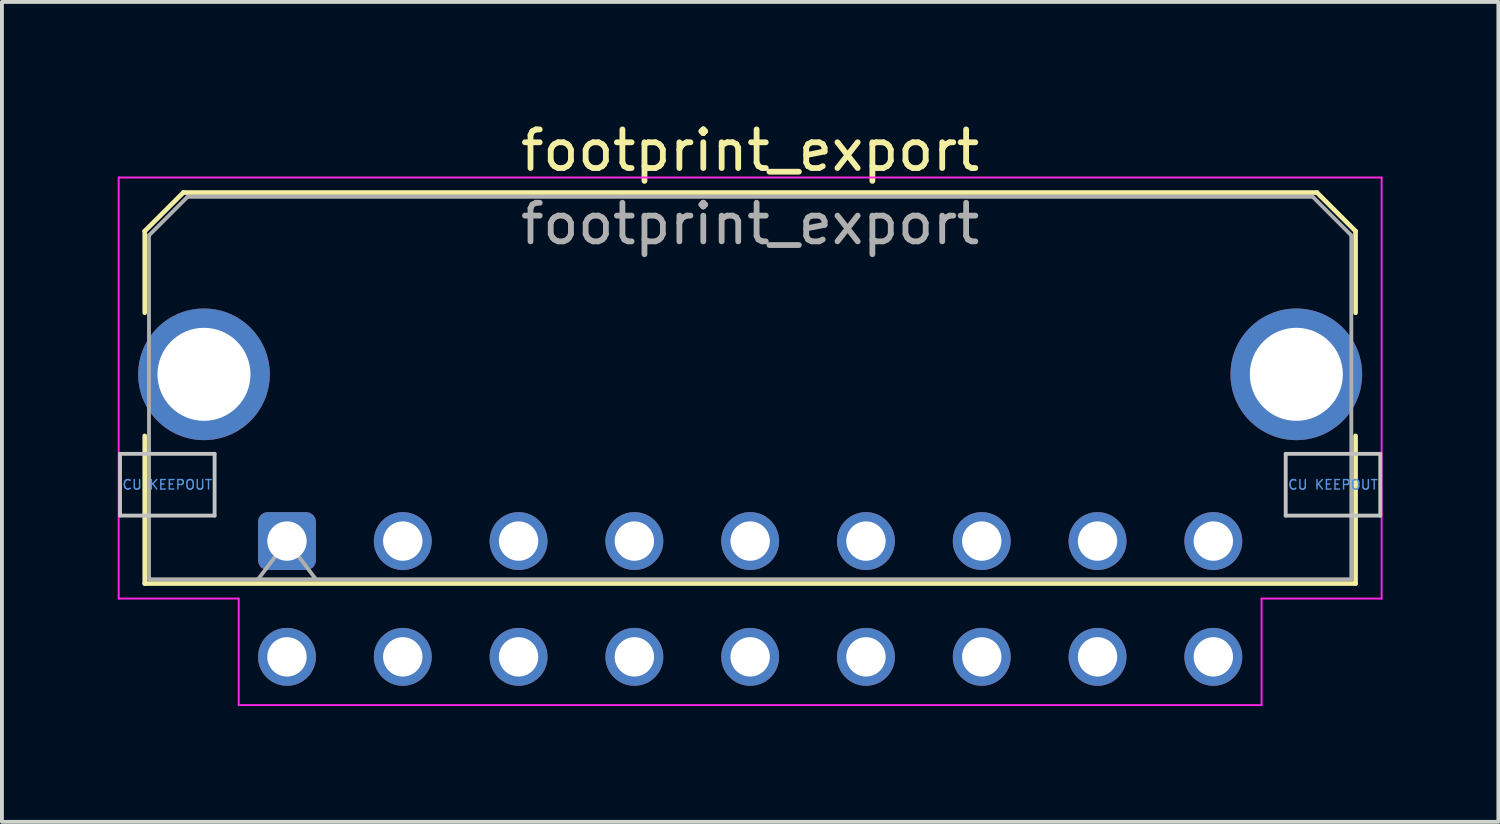
<source format=kicad_pcb>
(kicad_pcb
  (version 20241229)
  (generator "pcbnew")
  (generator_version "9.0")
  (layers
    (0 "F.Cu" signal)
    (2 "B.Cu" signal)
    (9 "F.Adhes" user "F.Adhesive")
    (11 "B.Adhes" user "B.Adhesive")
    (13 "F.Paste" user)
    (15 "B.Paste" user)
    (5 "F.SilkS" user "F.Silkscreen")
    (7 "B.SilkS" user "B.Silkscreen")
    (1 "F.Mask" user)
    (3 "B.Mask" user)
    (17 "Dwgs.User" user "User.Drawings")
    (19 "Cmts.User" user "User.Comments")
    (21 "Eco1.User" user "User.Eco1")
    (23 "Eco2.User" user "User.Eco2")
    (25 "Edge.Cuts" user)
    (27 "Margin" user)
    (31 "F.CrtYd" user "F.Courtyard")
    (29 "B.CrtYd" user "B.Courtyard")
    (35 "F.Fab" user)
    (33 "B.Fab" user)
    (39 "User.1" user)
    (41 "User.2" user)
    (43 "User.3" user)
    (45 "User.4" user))
  (footprint "footprint_export"
    (layer "F.Cu")
    (at 4.385 10.968)
    (property "Reference" "footprint_export" (at 12 -10.12 0) (layer "F.SilkS") (effects (font (size 1 1) (thickness 0.15))))
    (attr through_hole)
    (fp_line (start -3.685 -8.03) (end -2.685 -9.03) (stroke (width 0.12) (type solid)) (layer "F.SilkS"))
    (fp_line (start -3.685 -5.915) (end -3.685 -8.03) (stroke (width 0.12) (type solid)) (layer "F.SilkS"))
    (fp_line (start -3.685 -2.725) (end -3.685 1.1) (stroke (width 0.12) (type solid)) (layer "F.SilkS"))
    (fp_line (start -3.685 1.1) (end 27.685 1.1) (stroke (width 0.12) (type solid)) (layer "F.SilkS"))
    (fp_line (start -2.685 -9.03) (end 26.685 -9.03) (stroke (width 0.12) (type solid)) (layer "F.SilkS"))
    (fp_line (start 26.685 -9.03) (end 27.685 -8.03) (stroke (width 0.12) (type solid)) (layer "F.SilkS"))
    (fp_line (start 27.685 -8.03) (end 27.685 -5.915) (stroke (width 0.12) (type solid)) (layer "F.SilkS"))
    (fp_line (start 27.685 1.1) (end 27.685 -2.725) (stroke (width 0.12) (type solid)) (layer "F.SilkS"))
    (fp_line (start -4.325 -2.26) (end -4.325 -0.66) (stroke (width 0.1) (type solid)) (layer "Dwgs.User"))
    (fp_line (start -4.325 -0.66) (end -1.875 -0.66) (stroke (width 0.1) (type solid)) (layer "Dwgs.User"))
    (fp_line (start -1.875 -2.26) (end -4.325 -2.26) (stroke (width 0.1) (type solid)) (layer "Dwgs.User"))
    (fp_line (start -1.875 -0.66) (end -1.875 -2.26) (stroke (width 0.1) (type solid)) (layer "Dwgs.User"))
    (fp_line (start 25.875 -2.26) (end 25.875 -0.66) (stroke (width 0.1) (type solid)) (layer "Dwgs.User"))
    (fp_line (start 25.875 -0.66) (end 28.325 -0.66) (stroke (width 0.1) (type solid)) (layer "Dwgs.User"))
    (fp_line (start 28.325 -2.26) (end 25.875 -2.26) (stroke (width 0.1) (type solid)) (layer "Dwgs.User"))
    (fp_line (start 28.325 -0.66) (end 28.325 -2.26) (stroke (width 0.1) (type solid)) (layer "Dwgs.User"))
    (fp_line (start -4.36 -9.42) (end 28.36 -9.42) (stroke (width 0.05) (type solid)) (layer "F.CrtYd"))
    (fp_line (start -4.36 1.49) (end -4.36 -9.42) (stroke (width 0.05) (type solid)) (layer "F.CrtYd"))
    (fp_line (start -1.25 1.49) (end -4.36 1.49) (stroke (width 0.05) (type solid)) (layer "F.CrtYd"))
    (fp_line (start -1.25 4.25) (end -1.25 1.49) (stroke (width 0.05) (type solid)) (layer "F.CrtYd"))
    (fp_line (start 25.25 1.49) (end 25.25 4.25) (stroke (width 0.05) (type solid)) (layer "F.CrtYd"))
    (fp_line (start 25.25 4.25) (end -1.25 4.25) (stroke (width 0.05) (type solid)) (layer "F.CrtYd"))
    (fp_line (start 28.36 -9.42) (end 28.36 1.49) (stroke (width 0.05) (type solid)) (layer "F.CrtYd"))
    (fp_line (start 28.36 1.49) (end 25.25 1.49) (stroke (width 0.05) (type solid)) (layer "F.CrtYd"))
    (fp_line (start -3.575 -7.92) (end -2.575 -8.92) (stroke (width 0.1) (type solid)) (layer "F.Fab"))
    (fp_line (start -3.575 0.99) (end -3.575 -7.92) (stroke (width 0.1) (type solid)) (layer "F.Fab"))
    (fp_line (start -2.575 -8.92) (end 26.575 -8.92) (stroke (width 0.1) (type solid)) (layer "F.Fab"))
    (fp_line (start -0.75 0.99) (end 0 0) (stroke (width 0.1) (type solid)) (layer "F.Fab"))
    (fp_line (start 0 0) (end 0.75 0.99) (stroke (width 0.1) (type solid)) (layer "F.Fab"))
    (fp_line (start 26.575 -8.92) (end 27.575 -7.92) (stroke (width 0.1) (type solid)) (layer "F.Fab"))
    (fp_line (start 27.575 -7.92) (end 27.575 0.99) (stroke (width 0.1) (type solid)) (layer "F.Fab"))
    (fp_line (start 27.575 0.99) (end -3.575 0.99) (stroke (width 0.1) (type solid)) (layer "F.Fab"))
    (fp_text user "CU KEEPOUT" (at -3.1 -1.46 0) (layer "Cmts.User") (effects (font (size 0.245 0.245) (thickness 0.037))))
    (fp_text user "CU KEEPOUT" (at 27.1 -1.46 0) (layer "Cmts.User") (effects (font (size 0.245 0.245) (thickness 0.037))))
    (fp_text user "${REFERENCE}" (at 12 -8.22 0) (layer "F.Fab") (effects (font (size 1 1) (thickness 0.15))))
    (pad "1" thru_hole roundrect (at 0 0) (size 1.5 1.5) (drill 1.02) (layers "*.Cu" "*.Mask") (roundrect_rratio 0.167))
    (pad "2" thru_hole circle (at 3 0) (size 1.5 1.5) (drill 1.02) (layers "*.Cu" "*.Mask"))
    (pad "3" thru_hole circle (at 6 0) (size 1.5 1.5) (drill 1.02) (layers "*.Cu" "*.Mask"))
    (pad "4" thru_hole circle (at 9 0) (size 1.5 1.5) (drill 1.02) (layers "*.Cu" "*.Mask"))
    (pad "5" thru_hole circle (at 12 0) (size 1.5 1.5) (drill 1.02) (layers "*.Cu" "*.Mask"))
    (pad "6" thru_hole circle (at 15 0) (size 1.5 1.5) (drill 1.02) (layers "*.Cu" "*.Mask"))
    (pad "7" thru_hole circle (at 18 0) (size 1.5 1.5) (drill 1.02) (layers "*.Cu" "*.Mask"))
    (pad "8" thru_hole circle (at 21 0) (size 1.5 1.5) (drill 1.02) (layers "*.Cu" "*.Mask"))
    (pad "9" thru_hole circle (at 24 0) (size 1.5 1.5) (drill 1.02) (layers "*.Cu" "*.Mask"))
    (pad "10" thru_hole circle (at 0 3) (size 1.5 1.5) (drill 1.02) (layers "*.Cu" "*.Mask"))
    (pad "11" thru_hole circle (at 3 3) (size 1.5 1.5) (drill 1.02) (layers "*.Cu" "*.Mask"))
    (pad "12" thru_hole circle (at 6 3) (size 1.5 1.5) (drill 1.02) (layers "*.Cu" "*.Mask"))
    (pad "13" thru_hole circle (at 9 3) (size 1.5 1.5) (drill 1.02) (layers "*.Cu" "*.Mask"))
    (pad "14" thru_hole circle (at 12 3) (size 1.5 1.5) (drill 1.02) (layers "*.Cu" "*.Mask"))
    (pad "15" thru_hole circle (at 15 3) (size 1.5 1.5) (drill 1.02) (layers "*.Cu" "*.Mask"))
    (pad "16" thru_hole circle (at 18 3) (size 1.5 1.5) (drill 1.02) (layers "*.Cu" "*.Mask"))
    (pad "17" thru_hole circle (at 21 3) (size 1.5 1.5) (drill 1.02) (layers "*.Cu" "*.Mask"))
    (pad "18" thru_hole circle (at 24 3) (size 1.5 1.5) (drill 1.02) (layers "*.Cu" "*.Mask"))
    (pad "MP" thru_hole circle (at -2.15 -4.32) (size 3.41 3.41) (drill 2.41) (layers "*.Cu" "*.Mask"))
    (pad "MP" thru_hole circle (at 26.15 -4.32) (size 3.41 3.41) (drill 2.41) (layers "*.Cu" "*.Mask")))
  (gr_rect
    (start -3 -3)
    (end 35.77 18.243)
    (stroke (width 0.1) (type default))
    (fill no)
    (layer "Edge.Cuts")))
</source>
